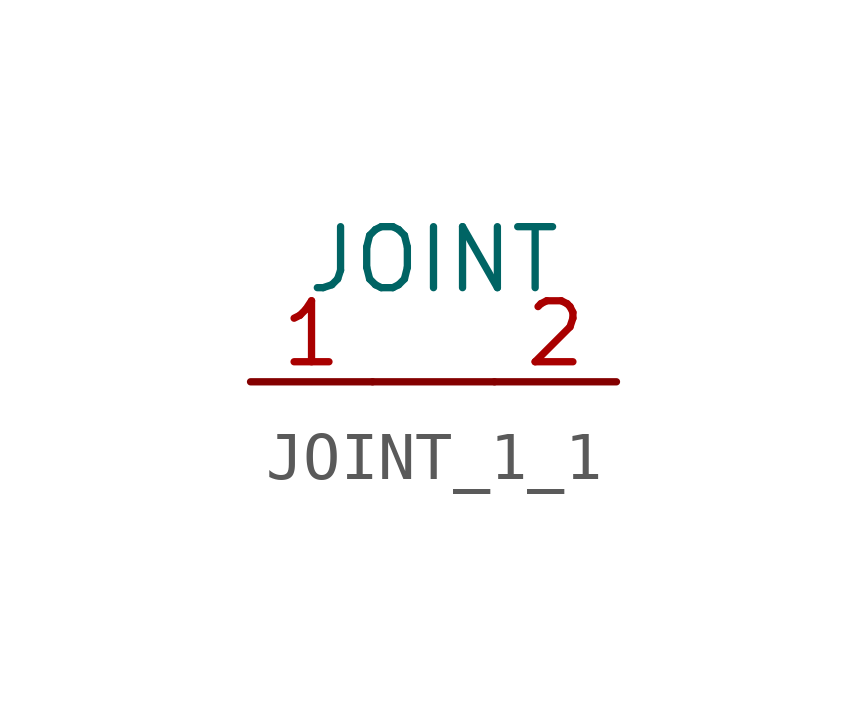
<source format=kicad_sym>
(kicad_symbol_lib
  (version 20231120)
  (generator "kicad_symbol_editor")
  (generator_version "8.0")
  (symbol "JOINT_1_1"
    (property "Reference" "JO"
      (at 0 -1.27 0)
      (effects (font (size 1.27 1.27)) (hide yes)))
    (property "Value" "JOINT"
      (at 0 2.54 0)
      (effects (font (size 1.27 1.27))))
    (symbol "JOINT_1_1_0_1"
      (polyline (pts (xy -1.27 0) (xy 1.27 0)) (stroke (width 0) (type default)) (fill (type none))))
    (symbol "JOINT_1_1_1_1"
      (pin input line (at -3.81 0 0) (length 2.54) (name "~" (effects (font (size 1.27 1.27)))) (number "1" (effects (font (size 1.27 1.27)))))
      (pin input line (at 3.81 0 180) (length 2.54) (name "~" (effects (font (size 1.27 1.27)))) (number "2" (effects (font (size 1.27 1.27))))))))
</source>
